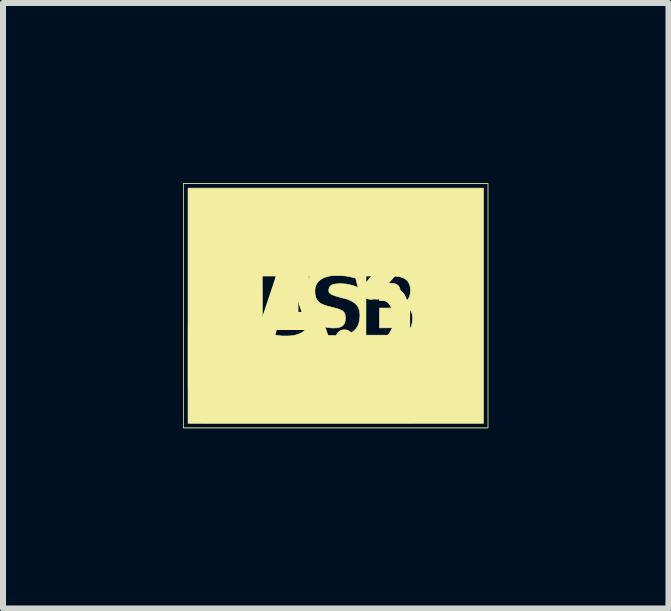
<source format=kicad_pcb>
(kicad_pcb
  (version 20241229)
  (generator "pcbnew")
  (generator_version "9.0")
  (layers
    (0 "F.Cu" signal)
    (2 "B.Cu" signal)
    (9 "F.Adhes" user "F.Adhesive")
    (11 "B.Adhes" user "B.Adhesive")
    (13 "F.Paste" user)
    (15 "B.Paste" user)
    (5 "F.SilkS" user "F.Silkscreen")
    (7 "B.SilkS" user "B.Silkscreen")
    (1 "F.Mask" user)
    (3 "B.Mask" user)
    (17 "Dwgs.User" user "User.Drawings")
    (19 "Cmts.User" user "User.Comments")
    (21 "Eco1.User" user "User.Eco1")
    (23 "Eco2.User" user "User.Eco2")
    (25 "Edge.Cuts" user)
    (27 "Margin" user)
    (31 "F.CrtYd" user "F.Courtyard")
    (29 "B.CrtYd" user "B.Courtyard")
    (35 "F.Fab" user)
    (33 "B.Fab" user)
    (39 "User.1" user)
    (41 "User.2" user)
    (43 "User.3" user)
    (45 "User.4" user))
  (footprint "A3"
    (layer "F.Cu")
    (at 2.542 2.042)
    (property "Reference" "A3" (at 0 0 0) (layer "F.SilkS") (effects (font (size 1.524 1.524) (thickness 0.3))))
    (attr through_hole)
    (fp_poly (pts (xy 2.537 2.037) (xy -2.537 2.037) (xy -2.537 -2.034) (xy -2.535 -2.034) (xy -2.535 2.034) (xy 2.535 2.034) (xy 2.535 -2.034) (xy -2.535 -2.034) (xy -2.537 -2.034) (xy -2.537 -2.037) (xy 2.537 -2.037) (xy 2.537 2.037)) (stroke (width 0.01) (type solid)) (fill yes) (layer "F.SilkS"))
    (fp_poly (pts (xy 0.846 -0.373) (xy 0.876 -0.372) (xy 0.901 -0.372) (xy 0.922 -0.372) (xy 0.939 -0.371) (xy 0.954 -0.37) (xy 0.966 -0.369) (xy 0.976 -0.368) (xy 0.984 -0.366) (xy 0.991 -0.364) (xy 0.998 -0.362) (xy 1.005 -0.359) (xy 1.012 -0.355) (xy 1.014 -0.354) (xy 1.033 -0.341) (xy 1.049 -0.325) (xy 1.061 -0.305) (xy 1.069 -0.283) (xy 1.073 -0.257) (xy 1.073 -0.231) (xy 1.07 -0.2) (xy 1.063 -0.172) (xy 1.053 -0.149) (xy 1.039 -0.128) (xy 1.022 -0.112) (xy 1.003 -0.1) (xy 0.995 -0.096) (xy 0.988 -0.093) (xy 0.981 -0.091) (xy 0.973 -0.089) (xy 0.964 -0.087) (xy 0.954 -0.086) (xy 0.941 -0.085) (xy 0.926 -0.085) (xy 0.907 -0.084) (xy 0.885 -0.084) (xy 0.858 -0.084) (xy 0.84 -0.084) (xy 0.729 -0.084) (xy 0.729 -0.374) (xy 0.846 -0.373)) (stroke (width 0.01) (type solid)) (fill yes) (layer "F.SilkS"))
    (fp_poly (pts (xy 0.849 0.039) (xy 0.879 0.039) (xy 0.904 0.039) (xy 0.925 0.04) (xy 0.942 0.04) (xy 0.957 0.041) (xy 0.969 0.042) (xy 0.979 0.043) (xy 0.987 0.045) (xy 0.995 0.047) (xy 1.002 0.049) (xy 1.008 0.052) (xy 1.016 0.055) (xy 1.018 0.056) (xy 1.032 0.064) (xy 1.045 0.076) (xy 1.059 0.089) (xy 1.07 0.102) (xy 1.079 0.115) (xy 1.08 0.117) (xy 1.086 0.131) (xy 1.09 0.144) (xy 1.093 0.158) (xy 1.095 0.173) (xy 1.096 0.192) (xy 1.096 0.202) (xy 1.095 0.226) (xy 1.094 0.246) (xy 1.09 0.263) (xy 1.086 0.279) (xy 1.079 0.295) (xy 1.078 0.296) (xy 1.066 0.317) (xy 1.051 0.334) (xy 1.033 0.347) (xy 1.011 0.358) (xy 1.004 0.36) (xy 0.984 0.367) (xy 0.729 0.369) (xy 0.729 0.038) (xy 0.849 0.039)) (stroke (width 0.01) (type solid)) (fill yes) (layer "F.SilkS"))
    (fp_poly (pts (xy 2.46 1.959) (xy 0.001 1.96) (xy -0.138 1.96) (xy -0.272 1.96) (xy -0.401 1.96) (xy -0.525 1.96) (xy -0.645 1.96) (xy -0.759 1.96) (xy -0.87 1.96) (xy -0.975 1.96) (xy -1.076 1.96) (xy -1.173 1.96) (xy -1.266 1.96) (xy -1.354 1.96) (xy -1.438 1.96) (xy -1.519 1.96) (xy -1.595 1.96) (xy -1.667 1.96) (xy -1.736 1.96) (xy -1.801 1.96) (xy -1.862 1.96) (xy -1.92 1.96) (xy -1.974 1.96) (xy -2.025 1.96) (xy -2.073 1.96) (xy -2.117 1.96) (xy -2.159 1.96) (xy -2.197 1.96) (xy -2.232 1.959) (xy -2.265 1.959) (xy -2.294 1.959) (xy -2.321 1.959) (xy -2.345 1.959) (xy -2.367 1.959) (xy -2.386 1.959) (xy -2.403 1.959) (xy -2.417 1.959) (xy -2.429 1.958) (xy -2.439 1.958) (xy -2.447 1.958) (xy -2.453 1.958) (xy -2.457 1.958) (xy -2.459 1.958) (xy -2.46 1.958) (xy -2.46 1.955) (xy -2.46 1.947) (xy -2.46 1.935) (xy -2.46 1.918) (xy -2.46 1.896) (xy -2.46 1.87) (xy -2.46 1.839) (xy -2.46 1.804) (xy -2.46 1.765) (xy -2.46 1.722) (xy -2.46 1.676) (xy -2.46 1.625) (xy -2.46 1.571) (xy -2.46 1.514) (xy -2.46 1.453) (xy -2.46 1.389) (xy -2.461 1.321) (xy -2.461 1.251) (xy -2.461 1.178) (xy -2.461 1.102) (xy -2.461 1.024) (xy -2.461 0.943) (xy -2.461 0.859) (xy -2.461 0.774) (xy -2.461 0.686) (xy -2.461 0.596) (xy -2.461 0.504) (xy -2.461 0.411) (xy -2.46 0.316) (xy -2.46 0.219) (xy -2.46 0.121) (xy -2.46 0.022) (xy -2.46 -0.003) (xy -2.46 -0.495) (xy -1.224 -0.495) (xy -1.223 -0.131) (xy -1.223 -0.081) (xy -1.223 -0.036) (xy -1.223 0.005) (xy -1.223 0.041) (xy -1.223 0.074) (xy -1.223 0.103) (xy -1.223 0.128) (xy -1.222 0.15) (xy -1.222 0.169) (xy -1.222 0.185) (xy -1.222 0.199) (xy -1.222 0.211) (xy -1.221 0.221) (xy -1.221 0.229) (xy -1.22 0.236) (xy -1.22 0.242) (xy -1.219 0.247) (xy -1.219 0.251) (xy -1.218 0.255) (xy -1.218 0.259) (xy -1.217 0.261) (xy -1.213 0.28) (xy -1.208 0.3) (xy -1.202 0.32) (xy -1.196 0.337) (xy -1.19 0.351) (xy -1.189 0.352) (xy -1.174 0.377) (xy -1.154 0.401) (xy -1.13 0.423) (xy -1.101 0.444) (xy -1.069 0.462) (xy -1.065 0.464) (xy -1.039 0.476) (xy -1.01 0.485) (xy -0.977 0.493) (xy -0.94 0.499) (xy -0.898 0.504) (xy -0.894 0.504) (xy -0.886 0.504) (xy -0.873 0.504) (xy -0.858 0.504) (xy -0.84 0.504) (xy -0.821 0.504) (xy -0.801 0.504) (xy -0.783 0.503) (xy -0.765 0.502) (xy -0.75 0.502) (xy -0.739 0.501) (xy -0.733 0.5) (xy -0.721 0.499) (xy -0.707 0.496) (xy -0.692 0.493) (xy -0.683 0.492) (xy -0.642 0.481) (xy -0.604 0.467) (xy -0.57 0.451) (xy -0.541 0.431) (xy -0.514 0.408) (xy -0.492 0.382) (xy -0.474 0.353) (xy -0.471 0.347) (xy -0.463 0.328) (xy -0.456 0.31) (xy -0.451 0.291) (xy -0.446 0.269) (xy -0.445 0.264) (xy -0.445 0.26) (xy -0.444 0.256) (xy -0.444 0.251) (xy -0.443 0.246) (xy -0.443 0.24) (xy -0.442 0.232) (xy -0.442 0.223) (xy -0.442 0.212) (xy -0.441 0.199) (xy -0.441 0.183) (xy -0.441 0.165) (xy -0.441 0.145) (xy -0.441 0.121) (xy -0.441 0.093) (xy -0.441 0.062) (xy -0.441 0.027) (xy -0.441 -0.012) (xy -0.441 -0.055) (xy -0.441 -0.103) (xy -0.441 -0.128) (xy -0.441 -0.239) (xy -0.347 -0.239) (xy -0.345 -0.201) (xy -0.34 -0.167) (xy -0.333 -0.137) (xy -0.321 -0.111) (xy -0.307 -0.087) (xy -0.289 -0.067) (xy -0.268 -0.05) (xy -0.264 -0.047) (xy -0.238 -0.032) (xy -0.208 -0.018) (xy -0.173 -0.004) (xy -0.134 0.008) (xy -0.09 0.019) (xy -0.09 0.019) (xy -0.05 0.029) (xy -0.015 0.038) (xy 0.016 0.046) (xy 0.043 0.055) (xy 0.065 0.063) (xy 0.085 0.071) (xy 0.101 0.079) (xy 0.114 0.087) (xy 0.123 0.094) (xy 0.137 0.11) (xy 0.147 0.128) (xy 0.155 0.149) (xy 0.159 0.175) (xy 0.161 0.204) (xy 0.161 0.204) (xy 0.159 0.236) (xy 0.155 0.265) (xy 0.146 0.29) (xy 0.135 0.311) (xy 0.119 0.329) (xy 0.101 0.342) (xy 0.093 0.347) (xy 0.069 0.356) (xy 0.041 0.363) (xy 0.01 0.368) (xy -0.023 0.37) (xy -0.059 0.37) (xy -0.096 0.368) (xy -0.133 0.363) (xy -0.171 0.355) (xy -0.182 0.353) (xy -0.219 0.343) (xy -0.253 0.332) (xy -0.286 0.32) (xy -0.318 0.306) (xy -0.323 0.304) (xy -0.332 0.3) (xy -0.339 0.297) (xy -0.343 0.296) (xy -0.343 0.296) (xy -0.342 0.298) (xy -0.341 0.305) (xy -0.338 0.315) (xy -0.335 0.328) (xy -0.331 0.343) (xy -0.327 0.359) (xy -0.323 0.376) (xy -0.319 0.392) (xy -0.315 0.408) (xy -0.311 0.422) (xy -0.308 0.433) (xy -0.307 0.437) (xy -0.306 0.442) (xy -0.303 0.445) (xy -0.299 0.448) (xy -0.292 0.451) (xy -0.284 0.455) (xy -0.273 0.458) (xy -0.259 0.462) (xy -0.241 0.467) (xy -0.222 0.472) (xy -0.202 0.477) (xy -0.183 0.481) (xy -0.165 0.485) (xy -0.159 0.486) (xy -0.147 0.488) (xy -0.134 0.49) (xy -0.117 0.492) (xy -0.097 0.494) (xy -0.073 0.496) (xy -0.072 0.496) (xy -0.063 0.497) (xy -0.049 0.497) (xy -0.032 0.497) (xy -0.013 0.497) (xy 0.008 0.497) (xy 0.029 0.496) (xy 0.049 0.495) (xy 0.069 0.495) (xy 0.086 0.494) (xy 0.1 0.493) (xy 0.109 0.492) (xy 0.118 0.49) (xy 0.503 0.49) (xy 0.75 0.49) (xy 0.789 0.49) (xy 0.826 0.49) (xy 0.861 0.49) (xy 0.894 0.49) (xy 0.923 0.489) (xy 0.949 0.489) (xy 0.972 0.489) (xy 0.991 0.489) (xy 1.006 0.488) (xy 1.016 0.488) (xy 1.021 0.488) (xy 1.046 0.484) (xy 1.073 0.479) (xy 1.098 0.473) (xy 1.114 0.469) (xy 1.132 0.462) (xy 1.151 0.454) (xy 1.169 0.444) (xy 1.186 0.434) (xy 1.2 0.425) (xy 1.206 0.42) (xy 1.226 0.399) (xy 1.242 0.375) (xy 1.256 0.348) (xy 1.266 0.318) (xy 1.273 0.284) (xy 1.278 0.245) (xy 1.279 0.226) (xy 1.28 0.196) (xy 1.278 0.17) (xy 1.273 0.145) (xy 1.267 0.123) (xy 1.255 0.094) (xy 1.239 0.068) (xy 1.22 0.046) (xy 1.197 0.026) (xy 1.169 0.009) (xy 1.138 -0.005) (xy 1.102 -0.016) (xy 1.069 -0.024) (xy 1.039 -0.029) (xy 1.059 -0.033) (xy 1.081 -0.037) (xy 1.104 -0.044) (xy 1.127 -0.054) (xy 1.149 -0.064) (xy 1.169 -0.076) (xy 1.185 -0.088) (xy 1.19 -0.092) (xy 1.207 -0.111) (xy 1.221 -0.134) (xy 1.231 -0.161) (xy 1.239 -0.192) (xy 1.243 -0.226) (xy 1.244 -0.255) (xy 1.243 -0.293) (xy 1.237 -0.328) (xy 1.227 -0.359) (xy 1.214 -0.387) (xy 1.197 -0.411) (xy 1.175 -0.432) (xy 1.15 -0.451) (xy 1.121 -0.465) (xy 1.091 -0.476) (xy 1.081 -0.479) (xy 1.071 -0.482) (xy 1.06 -0.484) (xy 1.049 -0.486) (xy 1.037 -0.488) (xy 1.024 -0.49) (xy 1.009 -0.491) (xy 0.992 -0.492) (xy 0.973 -0.493) (xy 0.951 -0.494) (xy 0.926 -0.494) (xy 0.898 -0.495) (xy 0.867 -0.495) (xy 0.832 -0.495) (xy 0.792 -0.495) (xy 0.748 -0.495) (xy 0.72 -0.495) (xy 0.504 -0.494) (xy 0.503 0.49) (xy 0.118 0.49) (xy 0.15 0.485) (xy 0.186 0.477) (xy 0.218 0.467) (xy 0.246 0.456) (xy 0.271 0.442) (xy 0.294 0.426) (xy 0.315 0.408) (xy 0.317 0.406) (xy 0.337 0.384) (xy 0.353 0.362) (xy 0.367 0.337) (xy 0.37 0.331) (xy 0.381 0.303) (xy 0.39 0.27) (xy 0.397 0.236) (xy 0.401 0.199) (xy 0.403 0.163) (xy 0.401 0.127) (xy 0.397 0.093) (xy 0.393 0.076) (xy 0.39 0.065) (xy 0.385 0.05) (xy 0.379 0.036) (xy 0.375 0.028) (xy 0.369 0.016) (xy 0.363 0.006) (xy 0.357 -0.003) (xy 0.349 -0.012) (xy 0.341 -0.02) (xy 0.313 -0.045) (xy 0.282 -0.067) (xy 0.248 -0.086) (xy 0.212 -0.101) (xy 0.204 -0.104) (xy 0.195 -0.107) (xy 0.182 -0.111) (xy 0.166 -0.115) (xy 0.149 -0.12) (xy 0.131 -0.125) (xy 0.123 -0.127) (xy 0.095 -0.134) (xy 0.067 -0.142) (xy 0.04 -0.15) (xy 0.014 -0.158) (xy -0.009 -0.165) (xy -0.03 -0.172) (xy -0.047 -0.178) (xy -0.06 -0.183) (xy -0.065 -0.185) (xy -0.081 -0.195) (xy -0.095 -0.206) (xy -0.106 -0.218) (xy -0.113 -0.23) (xy -0.114 -0.233) (xy -0.117 -0.251) (xy -0.115 -0.27) (xy -0.111 -0.289) (xy -0.103 -0.307) (xy -0.092 -0.324) (xy -0.079 -0.337) (xy -0.075 -0.34) (xy -0.06 -0.348) (xy -0.04 -0.355) (xy -0.016 -0.36) (xy 0.011 -0.364) (xy 0.042 -0.366) (xy 0.074 -0.367) (xy 0.109 -0.366) (xy 0.112 -0.366) (xy 0.138 -0.364) (xy 0.159 -0.363) (xy 0.178 -0.36) (xy 0.196 -0.358) (xy 0.215 -0.354) (xy 0.236 -0.349) (xy 0.256 -0.344) (xy 0.295 -0.333) (xy 0.331 -0.319) (xy 0.349 -0.311) (xy 0.358 -0.306) (xy 0.365 -0.303) (xy 0.37 -0.302) (xy 0.371 -0.302) (xy 0.37 -0.305) (xy 0.369 -0.313) (xy 0.366 -0.324) (xy 0.362 -0.338) (xy 0.358 -0.354) (xy 0.354 -0.373) (xy 0.352 -0.382) (xy 0.332 -0.459) (xy 0.31 -0.466) (xy 0.3 -0.469) (xy 0.286 -0.472) (xy 0.268 -0.476) (xy 0.249 -0.48) (xy 0.23 -0.484) (xy 0.21 -0.488) (xy 0.192 -0.491) (xy 0.176 -0.494) (xy 0.166 -0.495) (xy 0.146 -0.497) (xy 0.122 -0.499) (xy 0.097 -0.501) (xy 0.07 -0.502) (xy 0.043 -0.503) (xy 0.016 -0.503) (xy -0.009 -0.503) (xy -0.032 -0.503) (xy -0.052 -0.502) (xy -0.067 -0.5) (xy -0.067 -0.5) (xy -0.113 -0.493) (xy -0.156 -0.482) (xy -0.194 -0.468) (xy -0.228 -0.451) (xy -0.258 -0.431) (xy -0.284 -0.408) (xy -0.306 -0.382) (xy -0.32 -0.36) (xy -0.33 -0.339) (xy -0.338 -0.317) (xy -0.343 -0.293) (xy -0.346 -0.267) (xy -0.347 -0.239) (xy -0.441 -0.239) (xy -0.441 -0.494) (xy -0.627 -0.495) (xy -0.627 -0.125) (xy -0.627 -0.074) (xy -0.627 -0.029) (xy -0.627 0.013) (xy -0.627 0.05) (xy -0.627 0.083) (xy -0.627 0.112) (xy -0.627 0.137) (xy -0.627 0.159) (xy -0.628 0.179) (xy -0.628 0.195) (xy -0.628 0.209) (xy -0.628 0.221) (xy -0.628 0.23) (xy -0.629 0.238) (xy -0.629 0.245) (xy -0.63 0.25) (xy -0.63 0.254) (xy -0.631 0.258) (xy -0.631 0.261) (xy -0.632 0.263) (xy -0.632 0.264) (xy -0.641 0.291) (xy -0.654 0.314) (xy -0.67 0.333) (xy -0.69 0.349) (xy -0.714 0.361) (xy -0.741 0.37) (xy -0.756 0.373) (xy -0.775 0.374) (xy -0.796 0.375) (xy -0.817 0.375) (xy -0.838 0.374) (xy -0.858 0.372) (xy -0.873 0.369) (xy -0.875 0.369) (xy -0.904 0.359) (xy -0.928 0.347) (xy -0.949 0.331) (xy -0.966 0.312) (xy -0.98 0.289) (xy -0.989 0.263) (xy -0.989 0.261) (xy -0.99 0.259) (xy -0.991 0.256) (xy -0.991 0.252) (xy -0.992 0.246) (xy -0.992 0.24) (xy -0.992 0.232) (xy -0.993 0.222) (xy -0.993 0.209) (xy -0.993 0.195) (xy -0.993 0.178) (xy -0.993 0.158) (xy -0.993 0.135) (xy -0.994 0.108) (xy -0.994 0.078) (xy -0.994 0.044) (xy -0.994 0.006) (xy -0.994 -0.037) (xy -0.994 -0.084) (xy -0.994 -0.124) (xy -0.994 -0.494) (xy -1.109 -0.495) (xy -1.224 -0.495) (xy -2.46 -0.495) (xy -2.46 -1.959) (xy 2.46 -1.959) (xy 2.46 1.959)) (stroke (width 0.01) (type solid)) (fill yes) (layer "F.SilkS")))
  (gr_rect
    (start -3 -3)
    (end 8.084 7.084)
    (stroke (width 0.1) (type default))
    (fill no)
    (layer "Edge.Cuts")))
</source>
